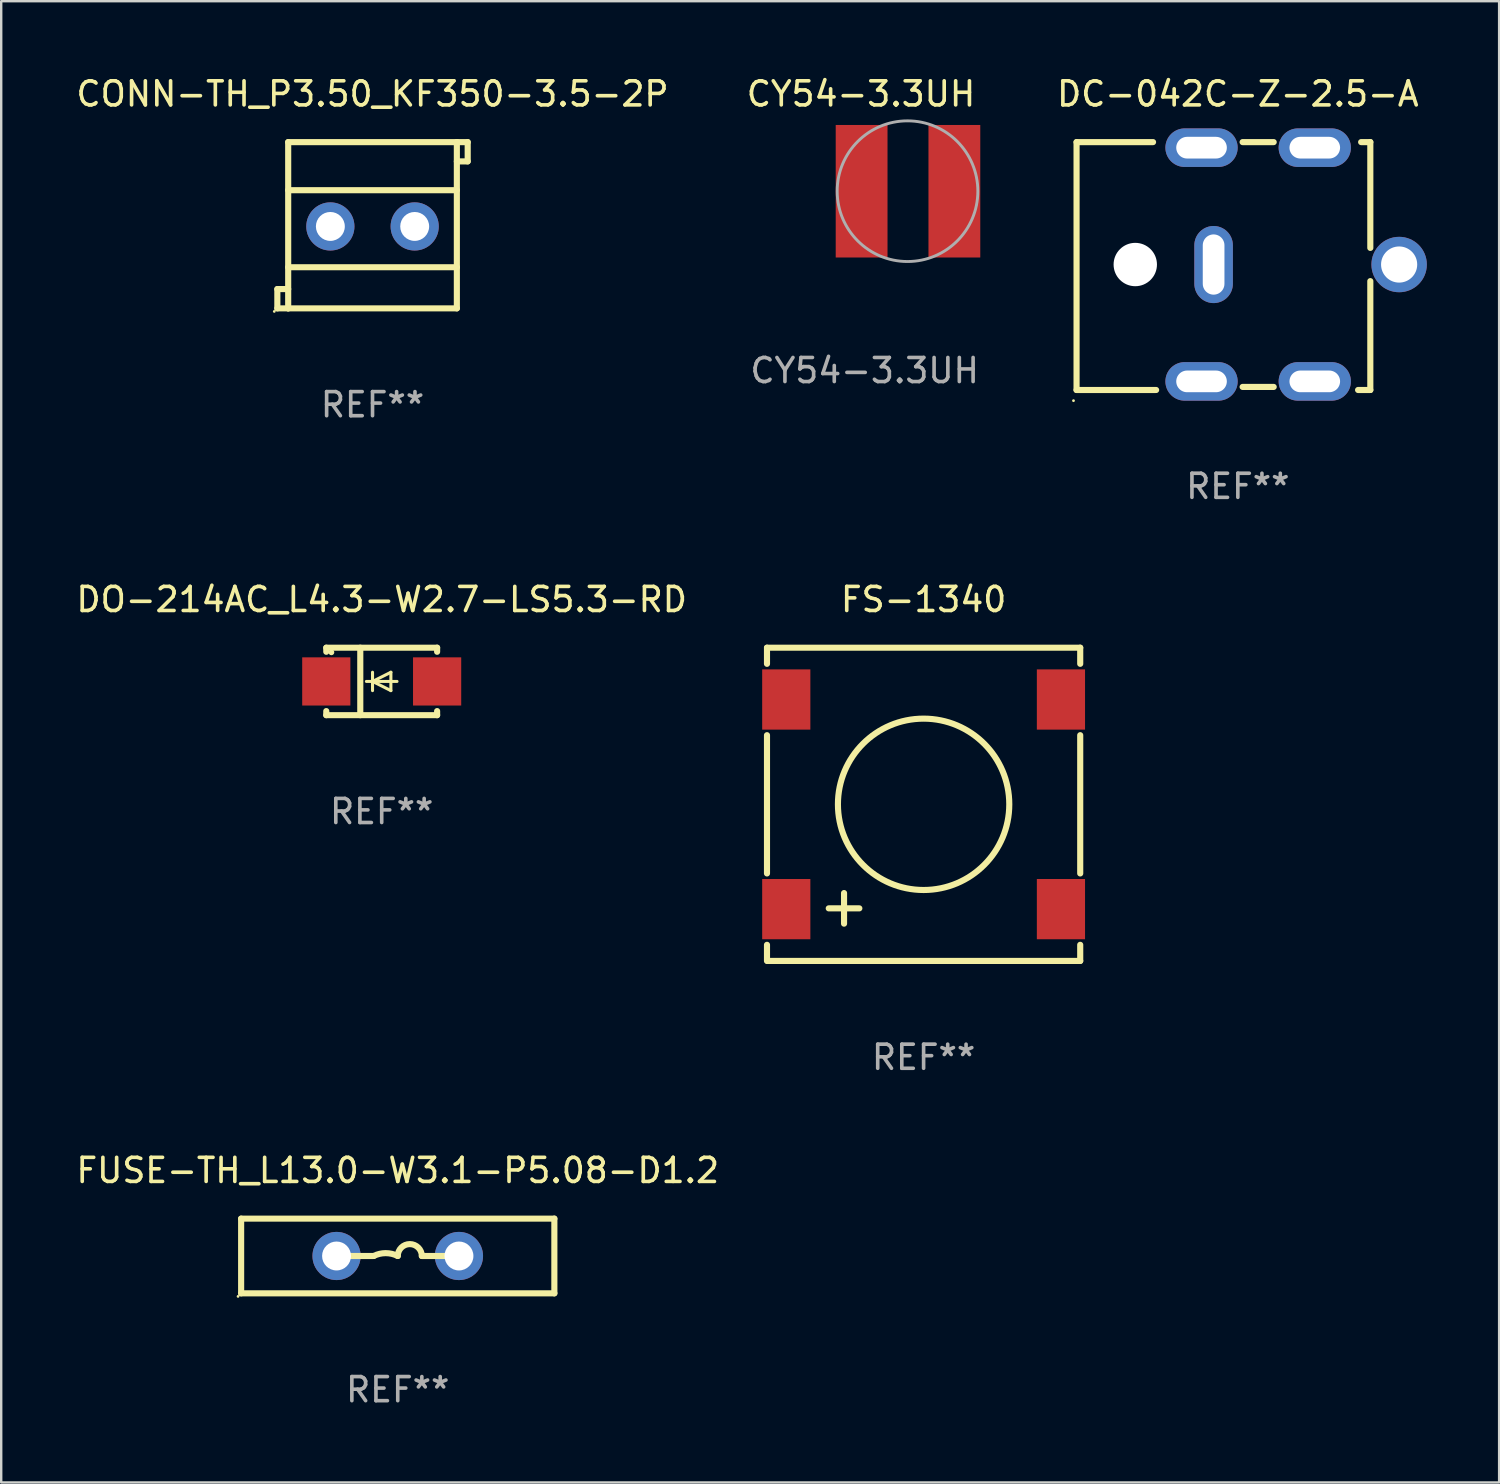
<source format=kicad_pcb>
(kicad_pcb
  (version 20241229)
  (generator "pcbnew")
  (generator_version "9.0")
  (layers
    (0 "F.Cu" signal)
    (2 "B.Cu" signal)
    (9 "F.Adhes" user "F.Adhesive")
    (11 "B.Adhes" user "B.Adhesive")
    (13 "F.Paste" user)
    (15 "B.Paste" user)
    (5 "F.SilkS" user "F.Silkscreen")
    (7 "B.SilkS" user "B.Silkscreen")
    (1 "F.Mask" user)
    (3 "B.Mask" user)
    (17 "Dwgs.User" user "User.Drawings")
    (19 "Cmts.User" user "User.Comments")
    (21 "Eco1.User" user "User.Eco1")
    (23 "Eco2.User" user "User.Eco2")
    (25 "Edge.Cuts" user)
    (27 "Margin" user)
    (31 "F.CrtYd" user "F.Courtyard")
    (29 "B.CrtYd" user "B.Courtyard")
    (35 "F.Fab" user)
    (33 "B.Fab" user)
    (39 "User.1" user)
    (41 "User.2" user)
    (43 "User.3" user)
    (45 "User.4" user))
  (footprint "FUSE-TH_L13.0-W3.1-P5.08-D1.2"
    (layer "F.Cu")
    (at 13.458 49.078)
    (property "Reference" "FUSE-TH_L13.0-W3.1-P5.08-D1.2" (at 0 -3.55 0) (layer "F.SilkS") (effects (font (size 1 1) (thickness 0.15))))
    (attr through_hole)
    (fp_line (start -6.5 -1.55) (end 6.5 -1.55) (stroke (width 0.254) (type solid)) (layer "F.SilkS"))
    (fp_line (start -6.5 1.55) (end -6.5 -1.55) (stroke (width 0.254) (type solid)) (layer "F.SilkS"))
    (fp_line (start -1 -0.000127) (end -2 -0.000127) (stroke (width 0.254) (type solid)) (layer "F.SilkS"))
    (fp_line (start 1 -0.000127) (end 2 -0.000127) (stroke (width 0.254) (type solid)) (layer "F.SilkS"))
    (fp_line (start 6.5 -1.55) (end 6.5 1.55) (stroke (width 0.254) (type solid)) (layer "F.SilkS"))
    (fp_line (start 6.5 1.55) (end -6.5 1.55) (stroke (width 0.254) (type solid)) (layer "F.SilkS"))
    (fp_arc (start -1.000127 -0.000127) (mid -0.500127 -0.118148) (end -0.000127 -0.000127) (stroke (width 0.254001) (type solid)) (layer "F.SilkS"))
    (fp_arc (start -0.000127 -0.000127) (mid 0.500254 -0.5) (end 1.000635 -0.000127) (stroke (width 0.254001) (type solid)) (layer "F.SilkS"))
    (fp_circle (center -6.627 1.677) (end -6.597 1.677) (stroke (width 0.06) (type solid)) (fill no) (layer "F.SilkS"))
    (fp_text user "REF**" (at 0 5.55 0) (layer "F.Fab") (effects (font (size 1 1) (thickness 0.15))))
    (pad "1" thru_hole circle (at -2.54 -0.000127) (size 2 2) (drill 1.2) (layers "*.Cu" "*.Mask"))
    (pad "2" thru_hole circle (at 2.54 -0.000127) (size 2 2) (drill 1.2) (layers "*.Cu" "*.Mask")))
  (footprint "DC-042C-Z-2.5-A"
    (layer "F.Cu")
    (at 48.325 7.992)
    (property "Reference" "DC-042C-Z-2.5-A" (at 0 -7.144 0) (layer "F.SilkS") (effects (font (size 1 1) (thickness 0.15))))
    (attr through_hole)
    (fp_line (start -6.694 -5.144) (end -6.694 5.144) (stroke (width 0.254) (type solid)) (layer "F.SilkS"))
    (fp_line (start -6.694 5.144) (end -3.392 5.144) (stroke (width 0.254) (type solid)) (layer "F.SilkS"))
    (fp_line (start -3.519 -5.144) (end -6.694 -5.144) (stroke (width 0.254) (type solid)) (layer "F.SilkS"))
    (fp_line (start 0.198 -5.144) (end 1.488 -5.144) (stroke (width 0.254) (type solid)) (layer "F.SilkS"))
    (fp_line (start 0.198 5.017) (end 1.488 5.017) (stroke (width 0.254) (type solid)) (layer "F.SilkS"))
    (fp_line (start 5.117 -5.144) (end 5.498 -5.144) (stroke (width 0.254) (type solid)) (layer "F.SilkS"))
    (fp_line (start 5.498 -5.144) (end 5.498 -0.753) (stroke (width 0.254) (type solid)) (layer "F.SilkS"))
    (fp_line (start 5.498 0.626) (end 5.498 5.144) (stroke (width 0.254) (type solid)) (layer "F.SilkS"))
    (fp_line (start 5.498 5.144) (end 4.99 5.144) (stroke (width 0.254) (type solid)) (layer "F.SilkS"))
    (fp_circle (center -6.821 5.587) (end -6.791 5.587) (stroke (width 0.06) (type solid)) (fill no) (layer "F.SilkS"))
    (fp_text user "REF**" (at 0 9.144 0) (layer "F.Fab") (effects (font (size 1 1) (thickness 0.15))))
    (pad "" np_thru_hole circle (at -4.257 -0.063) (size 1.8 1.8) (drill 1.8) (layers "*.Cu" "*.Mask"))
    (pad "1" thru_hole oval (at -1.507 -4.913 90) (size 1.6 3) (drill oval 0.9 2.1) (layers "*.Cu" "*.Mask"))
    (pad "1" thru_hole oval (at -1.507 4.787 90) (size 1.6 3) (drill oval 0.9 2.1) (layers "*.Cu" "*.Mask"))
    (pad "1" thru_hole oval (at 3.193 -4.913 90) (size 1.6 3) (drill oval 0.9 2.1) (layers "*.Cu" "*.Mask"))
    (pad "1" thru_hole oval (at 3.193 4.787 90) (size 1.6 3) (drill oval 0.9 2.1) (layers "*.Cu" "*.Mask"))
    (pad "2" thru_hole oval (at -1.006 -0.063 90) (size 3.2 1.6) (drill oval 2.5 0.9) (layers "*.Cu" "*.Mask"))
    (pad "3" thru_hole circle (at 6.694 -0.063) (size 2.3 2.3) (drill 1.5) (layers "*.Cu" "*.Mask")))
  (footprint "DO-214AC_L4.3-W2.7-LS5.3-RD"
    (layer "F.Cu")
    (at 12.792 25.232)
    (property "Reference" "DO-214AC_L4.3-W2.7-LS5.3-RD" (at 0 -3.4 0) (layer "F.SilkS") (effects (font (size 1 1) (thickness 0.15))))
    (attr through_hole)
    (fp_line (start -2.3 -1.4) (end -2.3 -1.231) (stroke (width 0.254) (type solid)) (layer "F.SilkS"))
    (fp_line (start -2.3 -1.4) (end 2.3 -1.4) (stroke (width 0.254) (type solid)) (layer "F.SilkS"))
    (fp_line (start -2.3 1.231) (end -2.3 1.4) (stroke (width 0.254) (type solid)) (layer "F.SilkS"))
    (fp_line (start -2.3 1.4) (end 2.3 1.4) (stroke (width 0.254) (type solid)) (layer "F.SilkS"))
    (fp_line (start -0.889 1.4) (end -0.889 -1.4) (stroke (width 0.254) (type solid)) (layer "F.SilkS"))
    (fp_line (start -0.381 0) (end -0.381 -0.381) (stroke (width 0.127) (type solid)) (layer "F.SilkS"))
    (fp_line (start -0.381 0) (end -0.381 0.381) (stroke (width 0.127) (type solid)) (layer "F.SilkS"))
    (fp_line (start 0.381 -0.381) (end -0.381 0) (stroke (width 0.127) (type solid)) (layer "F.SilkS"))
    (fp_line (start 0.381 0) (end 0.381 -0.381) (stroke (width 0.127) (type solid)) (layer "F.SilkS"))
    (fp_line (start 0.381 0) (end 0.381 0.381) (stroke (width 0.127) (type solid)) (layer "F.SilkS"))
    (fp_line (start 0.381 0.381) (end -0.381 0) (stroke (width 0.127) (type solid)) (layer "F.SilkS"))
    (fp_line (start 0.635 0) (end -0.635 0) (stroke (width 0.127) (type solid)) (layer "F.SilkS"))
    (fp_line (start 2.3 -1.4) (end 2.3 -1.231) (stroke (width 0.254) (type solid)) (layer "F.SilkS"))
    (fp_line (start 2.3 1.231) (end 2.3 1.4) (stroke (width 0.254) (type solid)) (layer "F.SilkS"))
    (fp_circle (center -2.088 -1.208) (end -2.028 -1.208) (stroke (width 0.12) (type solid)) (fill no) (layer "F.SilkS"))
    (fp_text user "REF**" (at 0 5.4 0) (layer "F.Fab") (effects (font (size 1 1) (thickness 0.15))))
    (pad "1" smd rect (at -2.3 0 180) (size 2 2) (layers "F.Cu" "F.Mask" "F.Paste"))
    (pad "2" smd rect (at 2.3 0 180) (size 2 2) (layers "F.Cu" "F.Mask" "F.Paste")))
  (footprint "CONN-TH_P3.50_KF350-3.5-2P"
    (layer "F.Cu")
    (at 12.411 6.298)
    (property "Reference" "CONN-TH_P3.50_KF350-3.5-2P" (at 0 -5.45 0) (layer "F.SilkS") (effects (font (size 1 1) (thickness 0.15))))
    (attr through_hole)
    (fp_line (start -3.95 2.65) (end -3.5 2.65) (stroke (width 0.254) (type solid)) (layer "F.SilkS"))
    (fp_line (start -3.95 3.45) (end -3.95 2.65) (stroke (width 0.254) (type solid)) (layer "F.SilkS"))
    (fp_line (start -3.5 -3.45) (end -3.5 3.45) (stroke (width 0.254) (type solid)) (layer "F.SilkS"))
    (fp_line (start -3.5 -3.45) (end 3.5 -3.45) (stroke (width 0.254) (type solid)) (layer "F.SilkS"))
    (fp_line (start -3.5 -1.455) (end 3.5 -1.455) (stroke (width 0.254) (type solid)) (layer "F.SilkS"))
    (fp_line (start -3.5 1.743) (end 3.5 1.743) (stroke (width 0.254) (type solid)) (layer "F.SilkS"))
    (fp_line (start -3.5 3.45) (end -3.95 3.45) (stroke (width 0.254) (type solid)) (layer "F.SilkS"))
    (fp_line (start -3.5 3.45) (end 3.5 3.45) (stroke (width 0.254) (type solid)) (layer "F.SilkS"))
    (fp_line (start 3.5 -3.45) (end 3.95 -3.45) (stroke (width 0.254) (type solid)) (layer "F.SilkS"))
    (fp_line (start 3.5 -3.45) (end 3.5 3.45) (stroke (width 0.254) (type solid)) (layer "F.SilkS"))
    (fp_line (start 3.95 -3.45) (end 3.95 -2.65) (stroke (width 0.254) (type solid)) (layer "F.SilkS"))
    (fp_line (start 3.95 -2.65) (end 3.5 -2.65) (stroke (width 0.254) (type solid)) (layer "F.SilkS"))
    (fp_circle (center -4.077 3.577) (end -4.047 3.577) (stroke (width 0.06) (type solid)) (fill no) (layer "F.SilkS"))
    (fp_text user "REF**" (at 0 7.45 0) (layer "F.Fab") (effects (font (size 1 1) (thickness 0.15))))
    (pad "1" thru_hole circle (at -1.75 0.05) (size 2 2) (drill 1.2) (layers "*.Cu" "*.Mask"))
    (pad "2" thru_hole circle (at 1.75 0.05) (size 2 2) (drill 1.2) (layers "*.Cu" "*.Mask")))
  (footprint "FS-1340"
    (layer "F.Cu")
    (at 35.283 30.332)
    (property "Reference" "FS-1340" (at 0 -8.5 0) (layer "F.SilkS") (effects (font (size 1 1) (thickness 0.15))))
    (attr through_hole)
    (fp_line (start -6.5 -6.5) (end -6.5 -5.831) (stroke (width 0.254) (type solid)) (layer "F.SilkS"))
    (fp_line (start -6.5 -6.5) (end 6.5 -6.5) (stroke (width 0.254) (type solid)) (layer "F.SilkS"))
    (fp_line (start -6.5 -2.869) (end -6.5 2.869) (stroke (width 0.254) (type solid)) (layer "F.SilkS"))
    (fp_line (start -6.5 5.831) (end -6.5 6.5) (stroke (width 0.254) (type solid)) (layer "F.SilkS"))
    (fp_line (start -3.937 4.318) (end -2.667 4.318) (stroke (width 0.254) (type solid)) (layer "F.SilkS"))
    (fp_line (start -3.302 3.683) (end -3.302 4.953) (stroke (width 0.254) (type solid)) (layer "F.SilkS"))
    (fp_line (start 6.5 -6.5) (end 6.5 -5.831) (stroke (width 0.254) (type solid)) (layer "F.SilkS"))
    (fp_line (start 6.5 -2.869) (end 6.5 2.869) (stroke (width 0.254) (type solid)) (layer "F.SilkS"))
    (fp_line (start 6.5 5.831) (end 6.5 6.5) (stroke (width 0.254) (type solid)) (layer "F.SilkS"))
    (fp_line (start 6.5 6.5) (end -6.477 6.5) (stroke (width 0.254) (type solid)) (layer "F.SilkS"))
    (fp_circle (center -6.5 6.5) (end -6.47 6.5) (stroke (width 0.06) (type solid)) (fill no) (layer "F.SilkS"))
    (fp_circle (center 0 0.000025) (end 3.556 0.000025) (stroke (width 0.254) (type solid)) (fill no) (layer "F.SilkS"))
    (fp_text user "REF**" (at 0 10.5 0) (layer "F.Fab") (effects (font (size 1 1) (thickness 0.15))))
    (pad "1" smd rect (at -5.7 4.35) (size 2 2.5) (layers "F.Cu" "F.Mask" "F.Paste"))
    (pad "2" smd rect (at 5.7 4.35) (size 2 2.5) (layers "F.Cu" "F.Mask" "F.Paste"))
    (pad "3" smd rect (at 5.7 -4.35) (size 2 2.5) (layers "F.Cu" "F.Mask" "F.Paste"))
    (pad "4" smd rect (at -5.7 -4.35) (size 2 2.5) (layers "F.Cu" "F.Mask" "F.Paste")))
  (footprint "CY54-3.3UH"
    (layer "F.Cu")
    (at 32.71 4.887)
    (property "Reference" "CY54-3.3UH" (at -0.025 -4.039 0) (unlocked yes) (layer "F.SilkS") (effects (font (size 1 1) (thickness 0.15))))
    (attr smd)
    (fp_circle (center 1.905 -0.002) (end 4.824 -0.002) (stroke (width 0.12) (type solid)) (fill no) (layer "F.Fab"))
    (fp_text user "${REFERENCE}" (at 0.127 7.444 0) (unlocked yes) (layer "F.Fab") (effects (font (size 1 1) (thickness 0.15))))
    (pad "1" smd rect (at 0 0) (size 2.15 5.5) (layers "F.Cu" "F.Mask" "F.Paste"))
    (pad "2" smd rect (at 3.85 0) (size 2.15 5.5) (layers "F.Cu" "F.Mask" "F.Paste")))
  (gr_rect
    (start -3 -3)
    (end 59.169 58.477)
    (stroke (width 0.1) (type default))
    (fill no)
    (layer "Edge.Cuts")))
</source>
